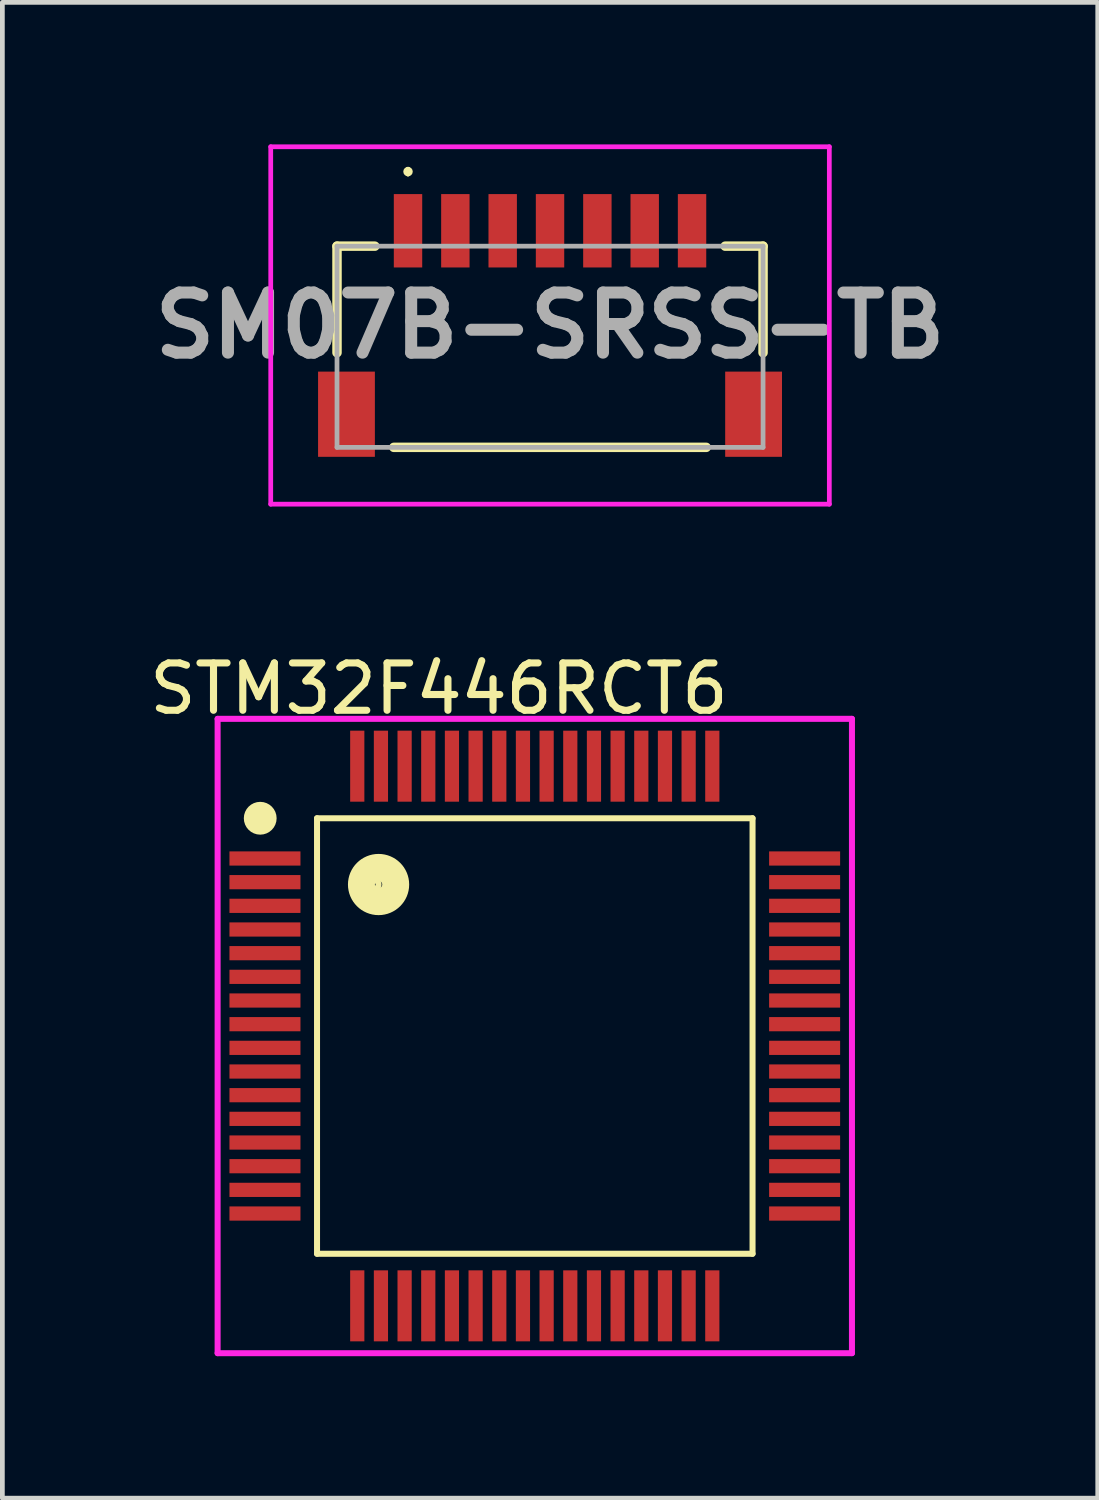
<source format=kicad_pcb>
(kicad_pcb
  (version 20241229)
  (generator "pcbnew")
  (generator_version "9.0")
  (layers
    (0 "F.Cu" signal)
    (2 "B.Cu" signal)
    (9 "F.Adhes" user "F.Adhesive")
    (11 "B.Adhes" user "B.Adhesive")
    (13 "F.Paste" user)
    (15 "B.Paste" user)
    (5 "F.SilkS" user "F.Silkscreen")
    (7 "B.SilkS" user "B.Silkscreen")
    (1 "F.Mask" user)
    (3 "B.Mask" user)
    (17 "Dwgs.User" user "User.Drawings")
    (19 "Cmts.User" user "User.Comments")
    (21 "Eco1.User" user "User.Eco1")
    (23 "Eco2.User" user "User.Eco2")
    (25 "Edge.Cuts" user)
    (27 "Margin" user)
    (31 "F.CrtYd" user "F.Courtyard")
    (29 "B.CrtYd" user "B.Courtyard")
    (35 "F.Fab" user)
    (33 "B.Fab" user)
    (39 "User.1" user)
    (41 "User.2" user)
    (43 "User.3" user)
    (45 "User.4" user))
  (footprint "STM32F446RCT6"
    (layer "F.Cu")
    (at 8.247 18.835)
    (property "Reference" "STM32F446RCT6" (at -2.025 -7.336 0) (layer "F.SilkS") (effects (font (size 1 1) (thickness 0.15))))
    (attr smd)
    (fp_line (start -4.6 -4.6) (end 4.6 -4.6) (stroke (width 0.127) (type solid)) (layer "F.SilkS"))
    (fp_line (start -4.6 4.6) (end -4.6 -4.6) (stroke (width 0.127) (type solid)) (layer "F.SilkS"))
    (fp_line (start 4.6 -4.6) (end 4.6 4.6) (stroke (width 0.127) (type solid)) (layer "F.SilkS"))
    (fp_line (start 4.6 4.6) (end -4.6 4.6) (stroke (width 0.127) (type solid)) (layer "F.SilkS"))
    (fp_circle (center -5.9 -4.6) (end -5.8 -4.6) (stroke (width 0.127) (type solid)) (fill no) (layer "F.SilkS"))
    (fp_circle (center -5.8 -4.6) (end -5.7 -4.6) (stroke (width 0.127) (type solid)) (fill no) (layer "F.SilkS"))
    (fp_circle (center -5.8 -4.6) (end -5.659 -4.6) (stroke (width 0.127) (type solid)) (fill no) (layer "F.SilkS"))
    (fp_circle (center -5.8 -4.6) (end -5.659 -4.6) (stroke (width 0.127) (type solid)) (fill no) (layer "F.SilkS"))
    (fp_circle (center -5.8 -4.6) (end -5.576 -4.6) (stroke (width 0.127) (type solid)) (fill no) (layer "F.SilkS"))
    (fp_circle (center -5.8 -4.6) (end -5.517 -4.6) (stroke (width 0.127) (type solid)) (fill no) (layer "F.SilkS"))
    (fp_circle (center -3.4 -3.2) (end -3.3 -3.2) (stroke (width 0.127) (type solid)) (fill no) (layer "F.SilkS"))
    (fp_circle (center -3.3 -3.2) (end -3.159 -3.2) (stroke (width 0.127) (type solid)) (fill no) (layer "F.SilkS"))
    (fp_circle (center -3.3 -3.2) (end -3.076 -3.2) (stroke (width 0.127) (type solid)) (fill no) (layer "F.SilkS"))
    (fp_circle (center -3.3 -3.2) (end -3.017 -3.2) (stroke (width 0.127) (type solid)) (fill no) (layer "F.SilkS"))
    (fp_circle (center -3.3 -3.2) (end -2.939 -3.2) (stroke (width 0.127) (type solid)) (fill no) (layer "F.SilkS"))
    (fp_circle (center -3.3 -3.2) (end -2.876 -3.2) (stroke (width 0.127) (type solid)) (fill no) (layer "F.SilkS"))
    (fp_circle (center -3.3 -3.2) (end -2.8 -3.2) (stroke (width 0.127) (type solid)) (fill no) (layer "F.SilkS"))
    (fp_circle (center -3.3 -3.2) (end -2.734 -3.2) (stroke (width 0.127) (type solid)) (fill no) (layer "F.SilkS"))
    (fp_circle (center -3.3 -3.2) (end -2.717 -3.2) (stroke (width 0.127) (type solid)) (fill no) (layer "F.SilkS"))
    (fp_line (start -6.7 -6.7) (end 6.7 -6.7) (stroke (width 0.127) (type solid)) (layer "F.CrtYd"))
    (fp_line (start -6.7 6.7) (end -6.7 -6.7) (stroke (width 0.127) (type solid)) (layer "F.CrtYd"))
    (fp_line (start 6.7 -6.7) (end 6.7 6.7) (stroke (width 0.127) (type solid)) (layer "F.CrtYd"))
    (fp_line (start 6.7 6.7) (end -6.7 6.7) (stroke (width 0.127) (type solid)) (layer "F.CrtYd"))
    (pad "1" smd rect (at -5.7 -3.75) (size 1.5 0.3) (layers "F.Cu" "F.Mask" "F.Paste"))
    (pad "2" smd rect (at -5.7 -3.25) (size 1.5 0.3) (layers "F.Cu" "F.Mask" "F.Paste"))
    (pad "3" smd rect (at -5.7 -2.75) (size 1.5 0.3) (layers "F.Cu" "F.Mask" "F.Paste"))
    (pad "4" smd rect (at -5.7 -2.25) (size 1.5 0.3) (layers "F.Cu" "F.Mask" "F.Paste"))
    (pad "5" smd rect (at -5.7 -1.75) (size 1.5 0.3) (layers "F.Cu" "F.Mask" "F.Paste"))
    (pad "6" smd rect (at -5.7 -1.25) (size 1.5 0.3) (layers "F.Cu" "F.Mask" "F.Paste"))
    (pad "7" smd rect (at -5.7 -0.75) (size 1.5 0.3) (layers "F.Cu" "F.Mask" "F.Paste"))
    (pad "8" smd rect (at -5.7 -0.25) (size 1.5 0.3) (layers "F.Cu" "F.Mask" "F.Paste"))
    (pad "9" smd rect (at -5.7 0.25) (size 1.5 0.3) (layers "F.Cu" "F.Mask" "F.Paste"))
    (pad "10" smd rect (at -5.7 0.75) (size 1.5 0.3) (layers "F.Cu" "F.Mask" "F.Paste"))
    (pad "11" smd rect (at -5.7 1.25) (size 1.5 0.3) (layers "F.Cu" "F.Mask" "F.Paste"))
    (pad "12" smd rect (at -5.7 1.75) (size 1.5 0.3) (layers "F.Cu" "F.Mask" "F.Paste"))
    (pad "13" smd rect (at -5.7 2.25) (size 1.5 0.3) (layers "F.Cu" "F.Mask" "F.Paste"))
    (pad "14" smd rect (at -5.7 2.75) (size 1.5 0.3) (layers "F.Cu" "F.Mask" "F.Paste"))
    (pad "15" smd rect (at -5.7 3.25) (size 1.5 0.3) (layers "F.Cu" "F.Mask" "F.Paste"))
    (pad "16" smd rect (at -5.7 3.75) (size 1.5 0.3) (layers "F.Cu" "F.Mask" "F.Paste"))
    (pad "17" smd rect (at -3.75 5.7) (size 0.3 1.5) (layers "F.Cu" "F.Mask" "F.Paste"))
    (pad "18" smd rect (at -3.25 5.7) (size 0.3 1.5) (layers "F.Cu" "F.Mask" "F.Paste"))
    (pad "19" smd rect (at -2.75 5.7) (size 0.3 1.5) (layers "F.Cu" "F.Mask" "F.Paste"))
    (pad "20" smd rect (at -2.25 5.7) (size 0.3 1.5) (layers "F.Cu" "F.Mask" "F.Paste"))
    (pad "21" smd rect (at -1.75 5.7) (size 0.3 1.5) (layers "F.Cu" "F.Mask" "F.Paste"))
    (pad "22" smd rect (at -1.25 5.7) (size 0.3 1.5) (layers "F.Cu" "F.Mask" "F.Paste"))
    (pad "23" smd rect (at -0.75 5.7) (size 0.3 1.5) (layers "F.Cu" "F.Mask" "F.Paste"))
    (pad "24" smd rect (at -0.25 5.7) (size 0.3 1.5) (layers "F.Cu" "F.Mask" "F.Paste"))
    (pad "25" smd rect (at 0.25 5.7) (size 0.3 1.5) (layers "F.Cu" "F.Mask" "F.Paste"))
    (pad "26" smd rect (at 0.75 5.7) (size 0.3 1.5) (layers "F.Cu" "F.Mask" "F.Paste"))
    (pad "27" smd rect (at 1.25 5.7) (size 0.3 1.5) (layers "F.Cu" "F.Mask" "F.Paste"))
    (pad "28" smd rect (at 1.75 5.7) (size 0.3 1.5) (layers "F.Cu" "F.Mask" "F.Paste"))
    (pad "29" smd rect (at 2.25 5.7) (size 0.3 1.5) (layers "F.Cu" "F.Mask" "F.Paste"))
    (pad "30" smd rect (at 2.75 5.7) (size 0.3 1.5) (layers "F.Cu" "F.Mask" "F.Paste"))
    (pad "31" smd rect (at 3.25 5.7) (size 0.3 1.5) (layers "F.Cu" "F.Mask" "F.Paste"))
    (pad "32" smd rect (at 3.75 5.7) (size 0.3 1.5) (layers "F.Cu" "F.Mask" "F.Paste"))
    (pad "33" smd rect (at 5.7 3.75) (size 1.5 0.3) (layers "F.Cu" "F.Mask" "F.Paste"))
    (pad "34" smd rect (at 5.7 3.25) (size 1.5 0.3) (layers "F.Cu" "F.Mask" "F.Paste"))
    (pad "35" smd rect (at 5.7 2.75) (size 1.5 0.3) (layers "F.Cu" "F.Mask" "F.Paste"))
    (pad "36" smd rect (at 5.7 2.25) (size 1.5 0.3) (layers "F.Cu" "F.Mask" "F.Paste"))
    (pad "37" smd rect (at 5.7 1.75) (size 1.5 0.3) (layers "F.Cu" "F.Mask" "F.Paste"))
    (pad "38" smd rect (at 5.7 1.25) (size 1.5 0.3) (layers "F.Cu" "F.Mask" "F.Paste"))
    (pad "39" smd rect (at 5.7 0.75) (size 1.5 0.3) (layers "F.Cu" "F.Mask" "F.Paste"))
    (pad "40" smd rect (at 5.7 0.25) (size 1.5 0.3) (layers "F.Cu" "F.Mask" "F.Paste"))
    (pad "41" smd rect (at 5.7 -0.25) (size 1.5 0.3) (layers "F.Cu" "F.Mask" "F.Paste"))
    (pad "42" smd rect (at 5.7 -0.75) (size 1.5 0.3) (layers "F.Cu" "F.Mask" "F.Paste"))
    (pad "43" smd rect (at 5.7 -1.25) (size 1.5 0.3) (layers "F.Cu" "F.Mask" "F.Paste"))
    (pad "44" smd rect (at 5.7 -1.75) (size 1.5 0.3) (layers "F.Cu" "F.Mask" "F.Paste"))
    (pad "45" smd rect (at 5.7 -2.25) (size 1.5 0.3) (layers "F.Cu" "F.Mask" "F.Paste"))
    (pad "46" smd rect (at 5.7 -2.75) (size 1.5 0.3) (layers "F.Cu" "F.Mask" "F.Paste"))
    (pad "47" smd rect (at 5.7 -3.25) (size 1.5 0.3) (layers "F.Cu" "F.Mask" "F.Paste"))
    (pad "48" smd rect (at 5.7 -3.75) (size 1.5 0.3) (layers "F.Cu" "F.Mask" "F.Paste"))
    (pad "49" smd rect (at 3.75 -5.7) (size 0.3 1.5) (layers "F.Cu" "F.Mask" "F.Paste"))
    (pad "50" smd rect (at 3.25 -5.7) (size 0.3 1.5) (layers "F.Cu" "F.Mask" "F.Paste"))
    (pad "51" smd rect (at 2.75 -5.7) (size 0.3 1.5) (layers "F.Cu" "F.Mask" "F.Paste"))
    (pad "52" smd rect (at 2.25 -5.7) (size 0.3 1.5) (layers "F.Cu" "F.Mask" "F.Paste"))
    (pad "53" smd rect (at 1.75 -5.7) (size 0.3 1.5) (layers "F.Cu" "F.Mask" "F.Paste"))
    (pad "54" smd rect (at 1.25 -5.7) (size 0.3 1.5) (layers "F.Cu" "F.Mask" "F.Paste"))
    (pad "55" smd rect (at 0.75 -5.7) (size 0.3 1.5) (layers "F.Cu" "F.Mask" "F.Paste"))
    (pad "56" smd rect (at 0.25 -5.7) (size 0.3 1.5) (layers "F.Cu" "F.Mask" "F.Paste"))
    (pad "57" smd rect (at -0.25 -5.7) (size 0.3 1.5) (layers "F.Cu" "F.Mask" "F.Paste"))
    (pad "58" smd rect (at -0.75 -5.7) (size 0.3 1.5) (layers "F.Cu" "F.Mask" "F.Paste"))
    (pad "59" smd rect (at -1.25 -5.7) (size 0.3 1.5) (layers "F.Cu" "F.Mask" "F.Paste"))
    (pad "60" smd rect (at -1.75 -5.7) (size 0.3 1.5) (layers "F.Cu" "F.Mask" "F.Paste"))
    (pad "61" smd rect (at -2.25 -5.7) (size 0.3 1.5) (layers "F.Cu" "F.Mask" "F.Paste"))
    (pad "62" smd rect (at -2.75 -5.7) (size 0.3 1.5) (layers "F.Cu" "F.Mask" "F.Paste"))
    (pad "63" smd rect (at -3.25 -5.7) (size 0.3 1.5) (layers "F.Cu" "F.Mask" "F.Paste"))
    (pad "64" smd rect (at -3.75 -5.7) (size 0.3 1.5) (layers "F.Cu" "F.Mask" "F.Paste")))
  (footprint "SM07B-SRSS-TB"
    (layer "F.Cu")
    (at 8.569 3.825)
    (property "Reference" "SM07B-SRSS-TB" (at 0 0 0) (layer "F.SilkS") (effects (font (size 1.27 1.27) (thickness 0.054))))
    (attr smd)
    (fp_line (start -4.5 -1.675) (end -4.5 0.575) (stroke (width 0.2) (type solid)) (layer "F.SilkS"))
    (fp_line (start -3.7 -1.675) (end -4.5 -1.675) (stroke (width 0.2) (type solid)) (layer "F.SilkS"))
    (fp_line (start -3.3 2.575) (end 3.3 2.575) (stroke (width 0.2) (type solid)) (layer "F.SilkS"))
    (fp_line (start -3 -3.3) (end -3 -3.3) (stroke (width 0.1) (type solid)) (layer "F.SilkS"))
    (fp_line (start -3 -3.2) (end -3 -3.2) (stroke (width 0.1) (type solid)) (layer "F.SilkS"))
    (fp_line (start 3.7 -1.675) (end 4.5 -1.675) (stroke (width 0.2) (type solid)) (layer "F.SilkS"))
    (fp_line (start 4.5 -1.675) (end 4.5 0.575) (stroke (width 0.2) (type solid)) (layer "F.SilkS"))
    (fp_arc (start -3 -3.3) (mid -2.95 -3.25) (end -3 -3.2) (stroke (width 0.1) (type solid)) (layer "F.SilkS"))
    (fp_arc (start -3 -3.2) (mid -3.05 -3.25) (end -3 -3.3) (stroke (width 0.1) (type solid)) (layer "F.SilkS"))
    (fp_line (start -5.9 -3.775) (end 5.9 -3.775) (stroke (width 0.1) (type solid)) (layer "F.CrtYd"))
    (fp_line (start -5.9 3.775) (end -5.9 -3.775) (stroke (width 0.1) (type solid)) (layer "F.CrtYd"))
    (fp_line (start 5.9 -3.775) (end 5.9 3.775) (stroke (width 0.1) (type solid)) (layer "F.CrtYd"))
    (fp_line (start 5.9 3.775) (end -5.9 3.775) (stroke (width 0.1) (type solid)) (layer "F.CrtYd"))
    (fp_line (start -4.5 -1.675) (end 4.5 -1.675) (stroke (width 0.1) (type solid)) (layer "F.Fab"))
    (fp_line (start -4.5 2.575) (end -4.5 -1.675) (stroke (width 0.1) (type solid)) (layer "F.Fab"))
    (fp_line (start 4.5 -1.675) (end 4.5 2.575) (stroke (width 0.1) (type solid)) (layer "F.Fab"))
    (fp_line (start 4.5 2.575) (end -4.5 2.575) (stroke (width 0.1) (type solid)) (layer "F.Fab"))
    (fp_text user "${REFERENCE}" (at 0 0 0) (layer "F.Fab") (effects (font (size 1.27 1.27) (thickness 0.254))))
    (pad "1" smd rect (at -3 -2) (size 0.6 1.55) (layers "F.Cu" "F.Mask" "F.Paste"))
    (pad "2" smd rect (at -2 -2) (size 0.6 1.55) (layers "F.Cu" "F.Mask" "F.Paste"))
    (pad "3" smd rect (at -1 -2) (size 0.6 1.55) (layers "F.Cu" "F.Mask" "F.Paste"))
    (pad "4" smd rect (at 0 -2) (size 0.6 1.55) (layers "F.Cu" "F.Mask" "F.Paste"))
    (pad "5" smd rect (at 1 -2) (size 0.6 1.55) (layers "F.Cu" "F.Mask" "F.Paste"))
    (pad "6" smd rect (at 2 -2) (size 0.6 1.55) (layers "F.Cu" "F.Mask" "F.Paste"))
    (pad "7" smd rect (at 3 -2) (size 0.6 1.55) (layers "F.Cu" "F.Mask" "F.Paste"))
    (pad "8" smd rect (at -4.3 1.875) (size 1.2 1.8) (layers "F.Cu" "F.Mask" "F.Paste"))
    (pad "9" smd rect (at 4.3 1.875) (size 1.2 1.8) (layers "F.Cu" "F.Mask" "F.Paste")))
  (gr_rect
    (start -3 -3)
    (end 20.139 28.598)
    (stroke (width 0.1) (type default))
    (fill no)
    (layer "Edge.Cuts")))
</source>
